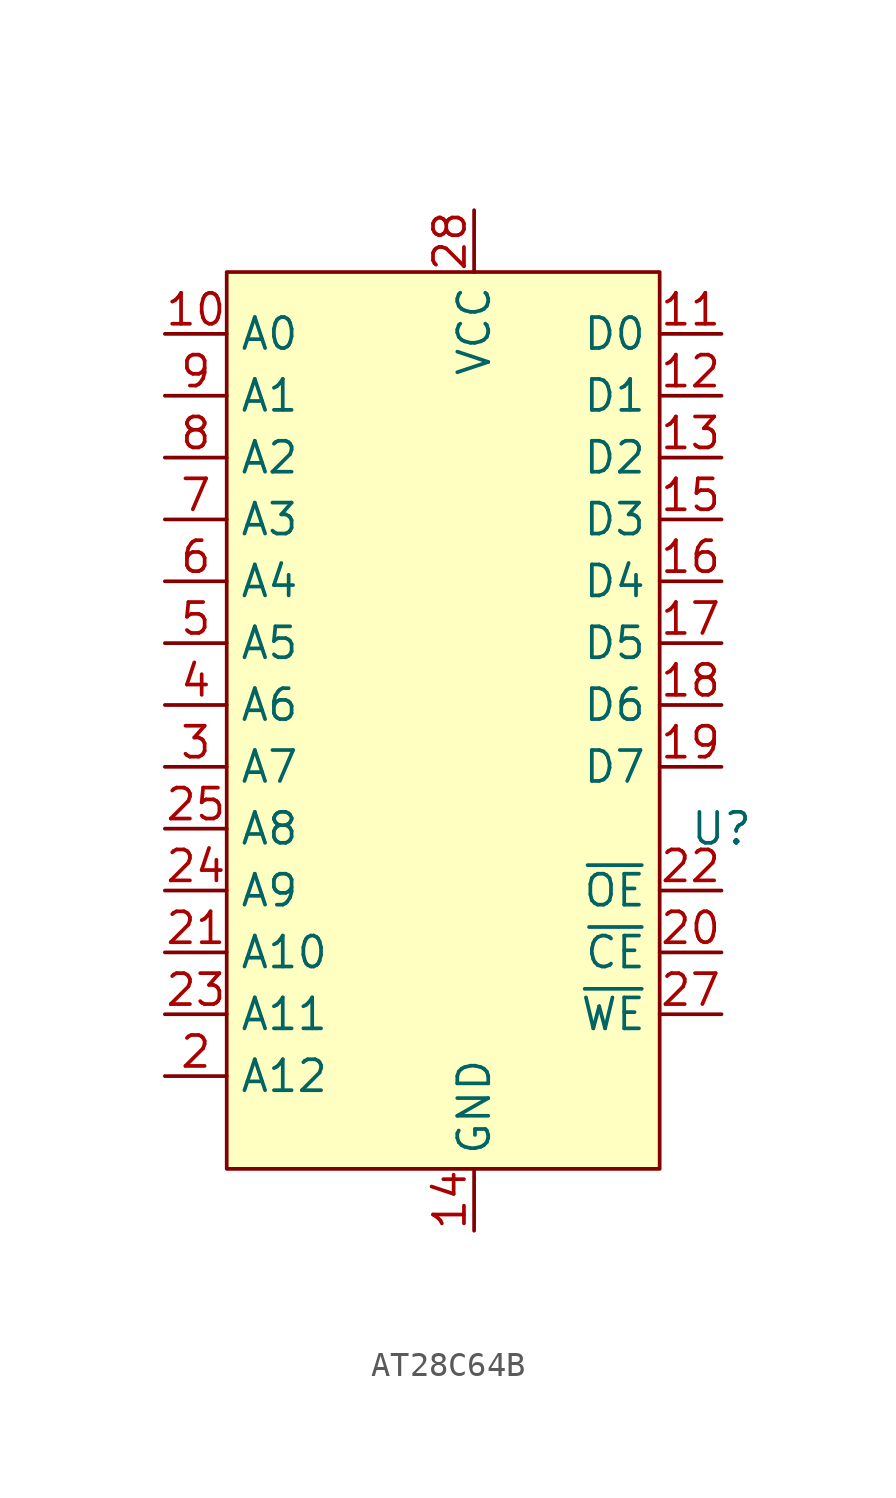
<source format=kicad_sym>
(kicad_symbol_lib
  (version 20220914)
  (generator kicad_symbol_editor)
  (symbol "AT28C64B"
    (property "Reference" "U"
      (at 11.43 -3.81 0)
      (effects (font (size 1.27 1.27))))
    (property "Value" ""
      (at 11.43 -3.81 0)
      (effects (font (size 1.27 1.27))))
    (symbol "AT28C64B_0_0"
      (pin input line (at -11.43 16.51 0) (length 2.54) (name "A0" (effects (font (size 1.27 1.27)))) (number "10" (effects (font (size 1.27 1.27)))))
      (pin bidirectional line (at 11.43 16.51 180) (length 2.54) (name "D0" (effects (font (size 1.27 1.27)))) (number "11" (effects (font (size 1.27 1.27)))))
      (pin bidirectional line (at 11.43 13.97 180) (length 2.54) (name "D1" (effects (font (size 1.27 1.27)))) (number "12" (effects (font (size 1.27 1.27)))))
      (pin bidirectional line (at 11.43 11.43 180) (length 2.54) (name "D2" (effects (font (size 1.27 1.27)))) (number "13" (effects (font (size 1.27 1.27)))))
      (pin power_in line (at 1.27 -20.32 90) (length 2.54) (name "GND" (effects (font (size 1.27 1.27)))) (number "14" (effects (font (size 1.27 1.27)))))
      (pin bidirectional line (at 11.43 8.89 180) (length 2.54) (name "D3" (effects (font (size 1.27 1.27)))) (number "15" (effects (font (size 1.27 1.27)))))
      (pin bidirectional line (at 11.43 6.35 180) (length 2.54) (name "D4" (effects (font (size 1.27 1.27)))) (number "16" (effects (font (size 1.27 1.27)))))
      (pin bidirectional line (at 11.43 3.81 180) (length 2.54) (name "D5" (effects (font (size 1.27 1.27)))) (number "17" (effects (font (size 1.27 1.27)))))
      (pin bidirectional line (at 11.43 1.27 180) (length 2.54) (name "D6" (effects (font (size 1.27 1.27)))) (number "18" (effects (font (size 1.27 1.27)))))
      (pin bidirectional line (at 11.43 -1.27 180) (length 2.54) (name "D7" (effects (font (size 1.27 1.27)))) (number "19" (effects (font (size 1.27 1.27)))))
      (pin input line (at -11.43 -13.97 0) (length 2.54) (name "A12" (effects (font (size 1.27 1.27)))) (number "2" (effects (font (size 1.27 1.27)))))
      (pin input line (at 11.43 -8.89 180) (length 2.54) (name "~{CE}" (effects (font (size 1.27 1.27)))) (number "20" (effects (font (size 1.27 1.27)))))
      (pin input line (at -11.43 -8.89 0) (length 2.54) (name "A10" (effects (font (size 1.27 1.27)))) (number "21" (effects (font (size 1.27 1.27)))))
      (pin input line (at 11.43 -6.35 180) (length 2.54) (name "~{OE}" (effects (font (size 1.27 1.27)))) (number "22" (effects (font (size 1.27 1.27)))))
      (pin input line (at -11.43 -11.43 0) (length 2.54) (name "A11" (effects (font (size 1.27 1.27)))) (number "23" (effects (font (size 1.27 1.27)))))
      (pin input line (at -11.43 -6.35 0) (length 2.54) (name "A9" (effects (font (size 1.27 1.27)))) (number "24" (effects (font (size 1.27 1.27)))))
      (pin input line (at -11.43 -3.81 0) (length 2.54) (name "A8" (effects (font (size 1.27 1.27)))) (number "25" (effects (font (size 1.27 1.27)))))
      (pin input line (at 11.43 -11.43 180) (length 2.54) (name "~{WE}" (effects (font (size 1.27 1.27)))) (number "27" (effects (font (size 1.27 1.27)))))
      (pin power_in line (at 1.27 21.59 270) (length 2.54) (name "VCC" (effects (font (size 1.27 1.27)))) (number "28" (effects (font (size 1.27 1.27)))))
      (pin input line (at -11.43 -1.27 0) (length 2.54) (name "A7" (effects (font (size 1.27 1.27)))) (number "3" (effects (font (size 1.27 1.27)))))
      (pin input line (at -11.43 1.27 0) (length 2.54) (name "A6" (effects (font (size 1.27 1.27)))) (number "4" (effects (font (size 1.27 1.27)))))
      (pin input line (at -11.43 3.81 0) (length 2.54) (name "A5" (effects (font (size 1.27 1.27)))) (number "5" (effects (font (size 1.27 1.27)))))
      (pin input line (at -11.43 6.35 0) (length 2.54) (name "A4" (effects (font (size 1.27 1.27)))) (number "6" (effects (font (size 1.27 1.27)))))
      (pin input line (at -11.43 8.89 0) (length 2.54) (name "A3" (effects (font (size 1.27 1.27)))) (number "7" (effects (font (size 1.27 1.27)))))
      (pin input line (at -11.43 11.43 0) (length 2.54) (name "A2" (effects (font (size 1.27 1.27)))) (number "8" (effects (font (size 1.27 1.27)))))
      (pin input line (at -11.43 13.97 0) (length 2.54) (name "A1" (effects (font (size 1.27 1.27)))) (number "9" (effects (font (size 1.27 1.27))))))
    (symbol "AT28C64B_1_0"
      (pin no_connect line (at 11.43 -13.97 180) (length 2.54) hide (name "NC" (effects (font (size 1.27 1.27)))) (number "1" (effects (font (size 1.27 1.27)))))
      (pin no_connect line (at 11.43 -3.81 180) (length 2.54) hide (name "NC" (effects (font (size 1.27 1.27)))) (number "26" (effects (font (size 1.27 1.27))))))
    (symbol "AT28C64B_1_1"
      (rectangle (start -8.89 19.05) (end 8.89 -17.78) (stroke (width 0) (type default)) (fill (type background))))))
</source>
